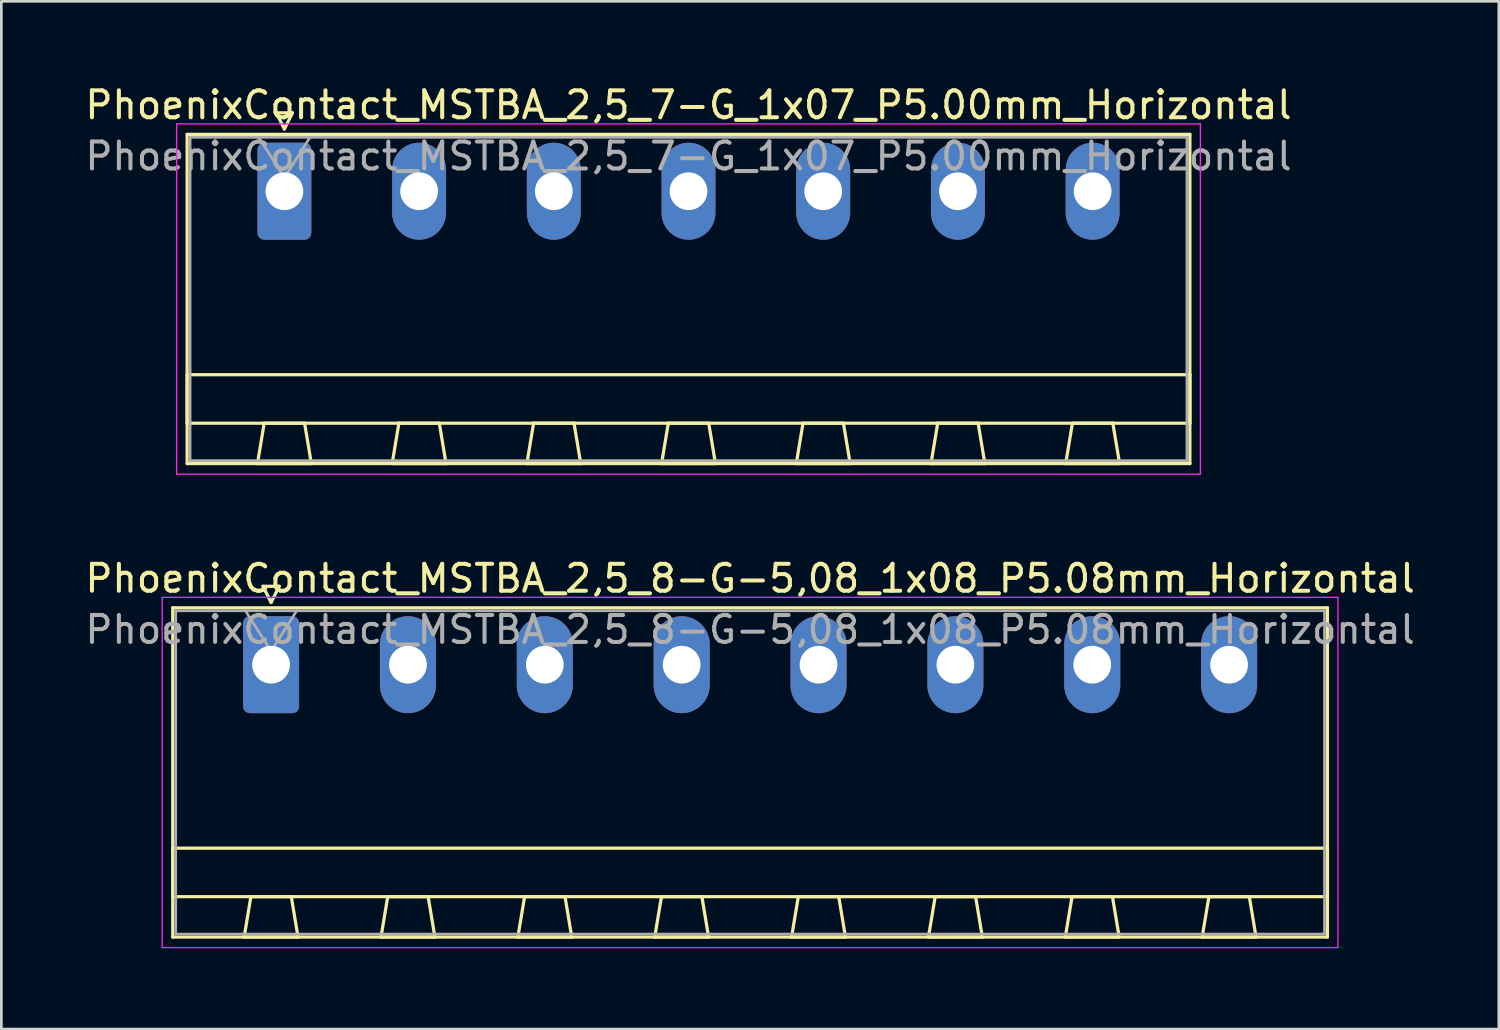
<source format=kicad_pcb>
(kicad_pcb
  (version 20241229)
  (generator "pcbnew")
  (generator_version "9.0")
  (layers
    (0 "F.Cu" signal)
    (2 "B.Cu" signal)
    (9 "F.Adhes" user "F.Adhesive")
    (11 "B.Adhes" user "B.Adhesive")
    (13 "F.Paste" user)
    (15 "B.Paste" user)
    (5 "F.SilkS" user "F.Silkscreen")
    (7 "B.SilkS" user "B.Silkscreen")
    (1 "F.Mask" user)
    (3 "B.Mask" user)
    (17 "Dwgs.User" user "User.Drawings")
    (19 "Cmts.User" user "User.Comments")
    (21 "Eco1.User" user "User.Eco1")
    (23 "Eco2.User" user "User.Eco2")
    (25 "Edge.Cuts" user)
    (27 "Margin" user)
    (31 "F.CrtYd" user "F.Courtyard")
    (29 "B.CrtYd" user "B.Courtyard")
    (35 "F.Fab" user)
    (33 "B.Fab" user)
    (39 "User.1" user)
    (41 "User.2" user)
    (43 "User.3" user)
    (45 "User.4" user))
  (footprint "PhoenixContact_MSTBA_2,5_8-G-5,08_1x08_P5.08mm_Horizontal"
    (layer "F.Cu")
    (at 7.012 21.622)
    (property "Reference" "PhoenixContact_MSTBA_2,5_8-G-5,08_1x08_P5.08mm_Horizontal" (at 17.78 -3.2 0) (layer "F.SilkS") (effects (font (size 1 1) (thickness 0.15))))
    (attr through_hole)
    (fp_line (start -3.65 -2.11) (end -3.65 10.11) (stroke (width 0.12) (type solid)) (layer "F.SilkS"))
    (fp_line (start -3.65 6.81) (end 39.21 6.81) (stroke (width 0.12) (type solid)) (layer "F.SilkS"))
    (fp_line (start -3.65 8.61) (end -3.65 6.81) (stroke (width 0.12) (type solid)) (layer "F.SilkS"))
    (fp_line (start -3.65 10.11) (end 39.21 10.11) (stroke (width 0.12) (type solid)) (layer "F.SilkS"))
    (fp_line (start -1 10.11) (end 1 10.11) (stroke (width 0.12) (type solid)) (layer "F.SilkS"))
    (fp_line (start -0.75 8.61) (end -1 10.11) (stroke (width 0.12) (type solid)) (layer "F.SilkS"))
    (fp_line (start -0.3 -2.91) (end 0.3 -2.91) (stroke (width 0.12) (type solid)) (layer "F.SilkS"))
    (fp_line (start 0 -2.31) (end -0.3 -2.91) (stroke (width 0.12) (type solid)) (layer "F.SilkS"))
    (fp_line (start 0.3 -2.91) (end 0 -2.31) (stroke (width 0.12) (type solid)) (layer "F.SilkS"))
    (fp_line (start 0.75 8.61) (end -0.75 8.61) (stroke (width 0.12) (type solid)) (layer "F.SilkS"))
    (fp_line (start 1 10.11) (end 0.75 8.61) (stroke (width 0.12) (type solid)) (layer "F.SilkS"))
    (fp_line (start 4.08 10.11) (end 6.08 10.11) (stroke (width 0.12) (type solid)) (layer "F.SilkS"))
    (fp_line (start 4.33 8.61) (end 4.08 10.11) (stroke (width 0.12) (type solid)) (layer "F.SilkS"))
    (fp_line (start 5.83 8.61) (end 4.33 8.61) (stroke (width 0.12) (type solid)) (layer "F.SilkS"))
    (fp_line (start 6.08 10.11) (end 5.83 8.61) (stroke (width 0.12) (type solid)) (layer "F.SilkS"))
    (fp_line (start 9.16 10.11) (end 11.16 10.11) (stroke (width 0.12) (type solid)) (layer "F.SilkS"))
    (fp_line (start 9.41 8.61) (end 9.16 10.11) (stroke (width 0.12) (type solid)) (layer "F.SilkS"))
    (fp_line (start 10.91 8.61) (end 9.41 8.61) (stroke (width 0.12) (type solid)) (layer "F.SilkS"))
    (fp_line (start 11.16 10.11) (end 10.91 8.61) (stroke (width 0.12) (type solid)) (layer "F.SilkS"))
    (fp_line (start 14.24 10.11) (end 16.24 10.11) (stroke (width 0.12) (type solid)) (layer "F.SilkS"))
    (fp_line (start 14.49 8.61) (end 14.24 10.11) (stroke (width 0.12) (type solid)) (layer "F.SilkS"))
    (fp_line (start 15.99 8.61) (end 14.49 8.61) (stroke (width 0.12) (type solid)) (layer "F.SilkS"))
    (fp_line (start 16.24 10.11) (end 15.99 8.61) (stroke (width 0.12) (type solid)) (layer "F.SilkS"))
    (fp_line (start 19.32 10.11) (end 21.32 10.11) (stroke (width 0.12) (type solid)) (layer "F.SilkS"))
    (fp_line (start 19.57 8.61) (end 19.32 10.11) (stroke (width 0.12) (type solid)) (layer "F.SilkS"))
    (fp_line (start 21.07 8.61) (end 19.57 8.61) (stroke (width 0.12) (type solid)) (layer "F.SilkS"))
    (fp_line (start 21.32 10.11) (end 21.07 8.61) (stroke (width 0.12) (type solid)) (layer "F.SilkS"))
    (fp_line (start 24.4 10.11) (end 26.4 10.11) (stroke (width 0.12) (type solid)) (layer "F.SilkS"))
    (fp_line (start 24.65 8.61) (end 24.4 10.11) (stroke (width 0.12) (type solid)) (layer "F.SilkS"))
    (fp_line (start 26.15 8.61) (end 24.65 8.61) (stroke (width 0.12) (type solid)) (layer "F.SilkS"))
    (fp_line (start 26.4 10.11) (end 26.15 8.61) (stroke (width 0.12) (type solid)) (layer "F.SilkS"))
    (fp_line (start 29.48 10.11) (end 31.48 10.11) (stroke (width 0.12) (type solid)) (layer "F.SilkS"))
    (fp_line (start 29.73 8.61) (end 29.48 10.11) (stroke (width 0.12) (type solid)) (layer "F.SilkS"))
    (fp_line (start 31.23 8.61) (end 29.73 8.61) (stroke (width 0.12) (type solid)) (layer "F.SilkS"))
    (fp_line (start 31.48 10.11) (end 31.23 8.61) (stroke (width 0.12) (type solid)) (layer "F.SilkS"))
    (fp_line (start 34.56 10.11) (end 36.56 10.11) (stroke (width 0.12) (type solid)) (layer "F.SilkS"))
    (fp_line (start 34.81 8.61) (end 34.56 10.11) (stroke (width 0.12) (type solid)) (layer "F.SilkS"))
    (fp_line (start 36.31 8.61) (end 34.81 8.61) (stroke (width 0.12) (type solid)) (layer "F.SilkS"))
    (fp_line (start 36.56 10.11) (end 36.31 8.61) (stroke (width 0.12) (type solid)) (layer "F.SilkS"))
    (fp_line (start 39.21 -2.11) (end -3.65 -2.11) (stroke (width 0.12) (type solid)) (layer "F.SilkS"))
    (fp_line (start 39.21 6.81) (end 39.21 8.61) (stroke (width 0.12) (type solid)) (layer "F.SilkS"))
    (fp_line (start 39.21 8.61) (end -3.65 8.61) (stroke (width 0.12) (type solid)) (layer "F.SilkS"))
    (fp_line (start 39.21 10.11) (end 39.21 -2.11) (stroke (width 0.12) (type solid)) (layer "F.SilkS"))
    (fp_line (start -4.04 -2.5) (end -4.04 10.5) (stroke (width 0.05) (type solid)) (layer "F.CrtYd"))
    (fp_line (start -4.04 10.5) (end 39.6 10.5) (stroke (width 0.05) (type solid)) (layer "F.CrtYd"))
    (fp_line (start 39.6 -2.5) (end -4.04 -2.5) (stroke (width 0.05) (type solid)) (layer "F.CrtYd"))
    (fp_line (start 39.6 10.5) (end 39.6 -2.5) (stroke (width 0.05) (type solid)) (layer "F.CrtYd"))
    (fp_line (start -3.54 -2) (end -3.54 10) (stroke (width 0.1) (type solid)) (layer "F.Fab"))
    (fp_line (start -3.54 10) (end 39.1 10) (stroke (width 0.1) (type solid)) (layer "F.Fab"))
    (fp_line (start 0 -0.5) (end -0.95 -2) (stroke (width 0.1) (type solid)) (layer "F.Fab"))
    (fp_line (start 0.95 -2) (end 0 -0.5) (stroke (width 0.1) (type solid)) (layer "F.Fab"))
    (fp_line (start 39.1 -2) (end -3.54 -2) (stroke (width 0.1) (type solid)) (layer "F.Fab"))
    (fp_line (start 39.1 10) (end 39.1 -2) (stroke (width 0.1) (type solid)) (layer "F.Fab"))
    (fp_text user "${REFERENCE}" (at 17.78 -1.3 0) (layer "F.Fab") (effects (font (size 1 1) (thickness 0.15))))
    (pad "1" thru_hole roundrect (at 0 0) (size 2.08 3.6) (drill 1.4) (layers "*.Cu" "*.Mask") (roundrect_rratio 0.12))
    (pad "2" thru_hole oval (at 5.08 0) (size 2.08 3.6) (drill 1.4) (layers "*.Cu" "*.Mask"))
    (pad "3" thru_hole oval (at 10.16 0) (size 2.08 3.6) (drill 1.4) (layers "*.Cu" "*.Mask"))
    (pad "4" thru_hole oval (at 15.24 0) (size 2.08 3.6) (drill 1.4) (layers "*.Cu" "*.Mask"))
    (pad "5" thru_hole oval (at 20.32 0) (size 2.08 3.6) (drill 1.4) (layers "*.Cu" "*.Mask"))
    (pad "6" thru_hole oval (at 25.4 0) (size 2.08 3.6) (drill 1.4) (layers "*.Cu" "*.Mask"))
    (pad "7" thru_hole oval (at 30.48 0) (size 2.08 3.6) (drill 1.4) (layers "*.Cu" "*.Mask"))
    (pad "8" thru_hole oval (at 35.56 0) (size 2.08 3.6) (drill 1.4) (layers "*.Cu" "*.Mask")))
  (footprint "PhoenixContact_MSTBA_2,5_7-G_1x07_P5.00mm_Horizontal"
    (layer "F.Cu")
    (at 7.506 4.048)
    (property "Reference" "PhoenixContact_MSTBA_2,5_7-G_1x07_P5.00mm_Horizontal" (at 15 -3.2 0) (layer "F.SilkS") (effects (font (size 1 1) (thickness 0.15))))
    (attr through_hole)
    (fp_line (start -3.61 -2.11) (end -3.61 10.11) (stroke (width 0.12) (type solid)) (layer "F.SilkS"))
    (fp_line (start -3.61 6.81) (end 33.61 6.81) (stroke (width 0.12) (type solid)) (layer "F.SilkS"))
    (fp_line (start -3.61 8.61) (end -3.61 6.81) (stroke (width 0.12) (type solid)) (layer "F.SilkS"))
    (fp_line (start -3.61 10.11) (end 33.61 10.11) (stroke (width 0.12) (type solid)) (layer "F.SilkS"))
    (fp_line (start -1 10.11) (end 1 10.11) (stroke (width 0.12) (type solid)) (layer "F.SilkS"))
    (fp_line (start -0.75 8.61) (end -1 10.11) (stroke (width 0.12) (type solid)) (layer "F.SilkS"))
    (fp_line (start -0.3 -2.91) (end 0.3 -2.91) (stroke (width 0.12) (type solid)) (layer "F.SilkS"))
    (fp_line (start 0 -2.31) (end -0.3 -2.91) (stroke (width 0.12) (type solid)) (layer "F.SilkS"))
    (fp_line (start 0.3 -2.91) (end 0 -2.31) (stroke (width 0.12) (type solid)) (layer "F.SilkS"))
    (fp_line (start 0.75 8.61) (end -0.75 8.61) (stroke (width 0.12) (type solid)) (layer "F.SilkS"))
    (fp_line (start 1 10.11) (end 0.75 8.61) (stroke (width 0.12) (type solid)) (layer "F.SilkS"))
    (fp_line (start 4 10.11) (end 6 10.11) (stroke (width 0.12) (type solid)) (layer "F.SilkS"))
    (fp_line (start 4.25 8.61) (end 4 10.11) (stroke (width 0.12) (type solid)) (layer "F.SilkS"))
    (fp_line (start 5.75 8.61) (end 4.25 8.61) (stroke (width 0.12) (type solid)) (layer "F.SilkS"))
    (fp_line (start 6 10.11) (end 5.75 8.61) (stroke (width 0.12) (type solid)) (layer "F.SilkS"))
    (fp_line (start 9 10.11) (end 11 10.11) (stroke (width 0.12) (type solid)) (layer "F.SilkS"))
    (fp_line (start 9.25 8.61) (end 9 10.11) (stroke (width 0.12) (type solid)) (layer "F.SilkS"))
    (fp_line (start 10.75 8.61) (end 9.25 8.61) (stroke (width 0.12) (type solid)) (layer "F.SilkS"))
    (fp_line (start 11 10.11) (end 10.75 8.61) (stroke (width 0.12) (type solid)) (layer "F.SilkS"))
    (fp_line (start 14 10.11) (end 16 10.11) (stroke (width 0.12) (type solid)) (layer "F.SilkS"))
    (fp_line (start 14.25 8.61) (end 14 10.11) (stroke (width 0.12) (type solid)) (layer "F.SilkS"))
    (fp_line (start 15.75 8.61) (end 14.25 8.61) (stroke (width 0.12) (type solid)) (layer "F.SilkS"))
    (fp_line (start 16 10.11) (end 15.75 8.61) (stroke (width 0.12) (type solid)) (layer "F.SilkS"))
    (fp_line (start 19 10.11) (end 21 10.11) (stroke (width 0.12) (type solid)) (layer "F.SilkS"))
    (fp_line (start 19.25 8.61) (end 19 10.11) (stroke (width 0.12) (type solid)) (layer "F.SilkS"))
    (fp_line (start 20.75 8.61) (end 19.25 8.61) (stroke (width 0.12) (type solid)) (layer "F.SilkS"))
    (fp_line (start 21 10.11) (end 20.75 8.61) (stroke (width 0.12) (type solid)) (layer "F.SilkS"))
    (fp_line (start 24 10.11) (end 26 10.11) (stroke (width 0.12) (type solid)) (layer "F.SilkS"))
    (fp_line (start 24.25 8.61) (end 24 10.11) (stroke (width 0.12) (type solid)) (layer "F.SilkS"))
    (fp_line (start 25.75 8.61) (end 24.25 8.61) (stroke (width 0.12) (type solid)) (layer "F.SilkS"))
    (fp_line (start 26 10.11) (end 25.75 8.61) (stroke (width 0.12) (type solid)) (layer "F.SilkS"))
    (fp_line (start 29 10.11) (end 31 10.11) (stroke (width 0.12) (type solid)) (layer "F.SilkS"))
    (fp_line (start 29.25 8.61) (end 29 10.11) (stroke (width 0.12) (type solid)) (layer "F.SilkS"))
    (fp_line (start 30.75 8.61) (end 29.25 8.61) (stroke (width 0.12) (type solid)) (layer "F.SilkS"))
    (fp_line (start 31 10.11) (end 30.75 8.61) (stroke (width 0.12) (type solid)) (layer "F.SilkS"))
    (fp_line (start 33.61 -2.11) (end -3.61 -2.11) (stroke (width 0.12) (type solid)) (layer "F.SilkS"))
    (fp_line (start 33.61 6.81) (end 33.61 8.61) (stroke (width 0.12) (type solid)) (layer "F.SilkS"))
    (fp_line (start 33.61 8.61) (end -3.61 8.61) (stroke (width 0.12) (type solid)) (layer "F.SilkS"))
    (fp_line (start 33.61 10.11) (end 33.61 -2.11) (stroke (width 0.12) (type solid)) (layer "F.SilkS"))
    (fp_line (start -4 -2.5) (end -4 10.5) (stroke (width 0.05) (type solid)) (layer "F.CrtYd"))
    (fp_line (start -4 10.5) (end 34 10.5) (stroke (width 0.05) (type solid)) (layer "F.CrtYd"))
    (fp_line (start 34 -2.5) (end -4 -2.5) (stroke (width 0.05) (type solid)) (layer "F.CrtYd"))
    (fp_line (start 34 10.5) (end 34 -2.5) (stroke (width 0.05) (type solid)) (layer "F.CrtYd"))
    (fp_line (start -3.5 -2) (end -3.5 10) (stroke (width 0.1) (type solid)) (layer "F.Fab"))
    (fp_line (start -3.5 10) (end 33.5 10) (stroke (width 0.1) (type solid)) (layer "F.Fab"))
    (fp_line (start 0 -0.5) (end -0.95 -2) (stroke (width 0.1) (type solid)) (layer "F.Fab"))
    (fp_line (start 0.95 -2) (end 0 -0.5) (stroke (width 0.1) (type solid)) (layer "F.Fab"))
    (fp_line (start 33.5 -2) (end -3.5 -2) (stroke (width 0.1) (type solid)) (layer "F.Fab"))
    (fp_line (start 33.5 10) (end 33.5 -2) (stroke (width 0.1) (type solid)) (layer "F.Fab"))
    (fp_text user "${REFERENCE}" (at 15 -1.3 0) (layer "F.Fab") (effects (font (size 1 1) (thickness 0.15))))
    (pad "1" thru_hole roundrect (at 0 0) (size 2 3.6) (drill 1.4) (layers "*.Cu" "*.Mask") (roundrect_rratio 0.125))
    (pad "2" thru_hole oval (at 5 0) (size 2 3.6) (drill 1.4) (layers "*.Cu" "*.Mask"))
    (pad "3" thru_hole oval (at 10 0) (size 2 3.6) (drill 1.4) (layers "*.Cu" "*.Mask"))
    (pad "4" thru_hole oval (at 15 0) (size 2 3.6) (drill 1.4) (layers "*.Cu" "*.Mask"))
    (pad "5" thru_hole oval (at 20 0) (size 2 3.6) (drill 1.4) (layers "*.Cu" "*.Mask"))
    (pad "6" thru_hole oval (at 25 0) (size 2 3.6) (drill 1.4) (layers "*.Cu" "*.Mask"))
    (pad "7" thru_hole oval (at 30 0) (size 2 3.6) (drill 1.4) (layers "*.Cu" "*.Mask")))
  (gr_rect
    (start -3 -3)
    (end 52.583 35.147)
    (stroke (width 0.1) (type default))
    (fill no)
    (layer "Edge.Cuts")))
</source>
